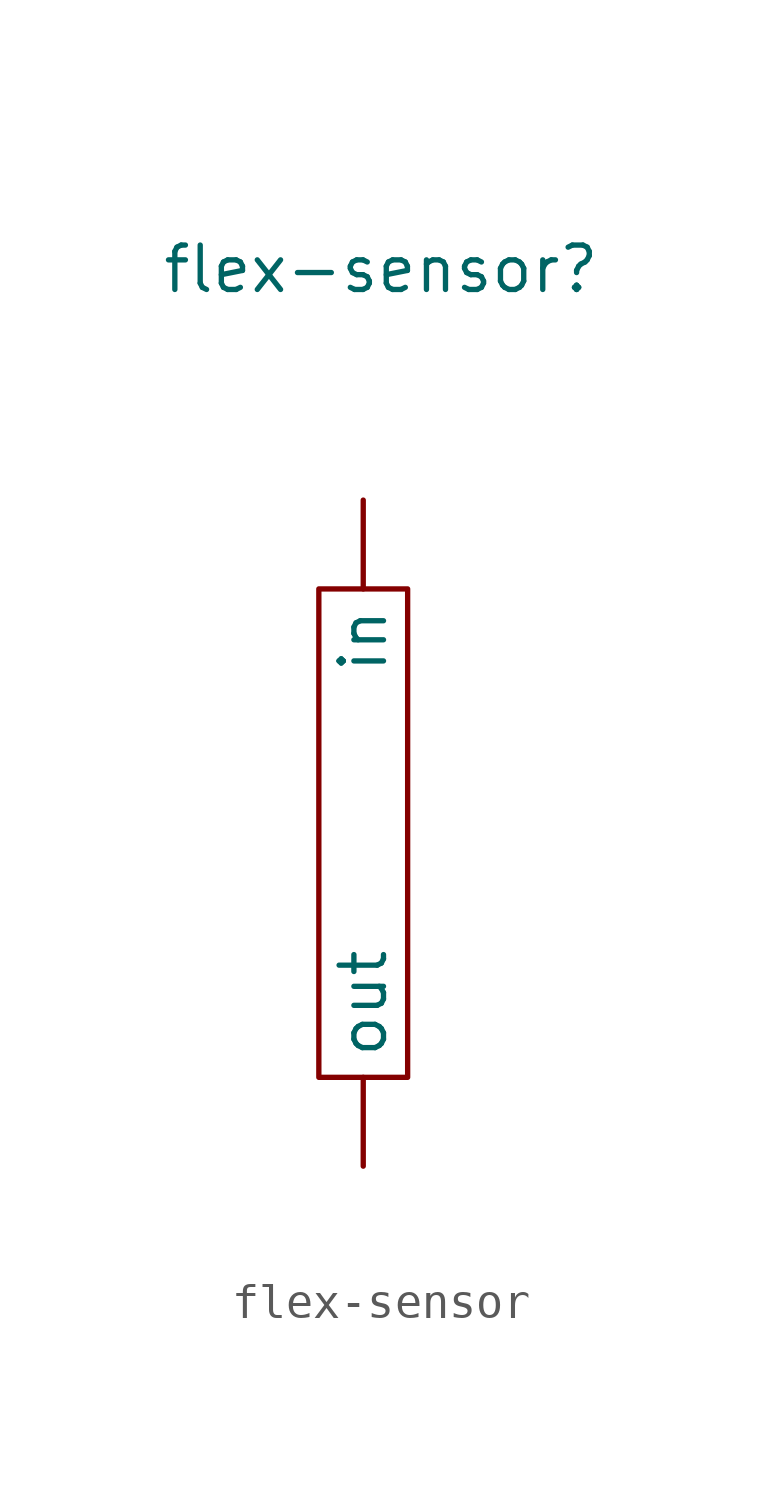
<source format=kicad_sym>
(kicad_symbol_lib
  (version 20231120)
  (generator "kicad_symbol_editor")
  (generator_version "8.0")
  (symbol "flex-sensor"
    (property "Reference" "flex-sensor"
      (at 0.508 15.494 0)
      (effects (font (size 1.27 1.27))))
    (property "Value" ""
      (at 0 0 0)
      (effects (font (size 1.27 1.27))))
    (symbol "flex-sensor_0_1"
      (rectangle (start -1.27 6.35) (end 1.27 -7.62) (stroke (width 0) (type default)) (fill (type none))))
    (symbol "flex-sensor_1_1"
      (pin input line (at 0 8.89 270) (length 2.54) (name "in" (effects (font (size 1.27 1.27)))) (number "" (effects (font (size 1.27 1.27)))))
      (pin input line (at 0 -10.16 90) (length 2.54) (name "out" (effects (font (size 1.27 1.27)))) (number "" (effects (font (size 1.27 1.27))))))))
</source>
